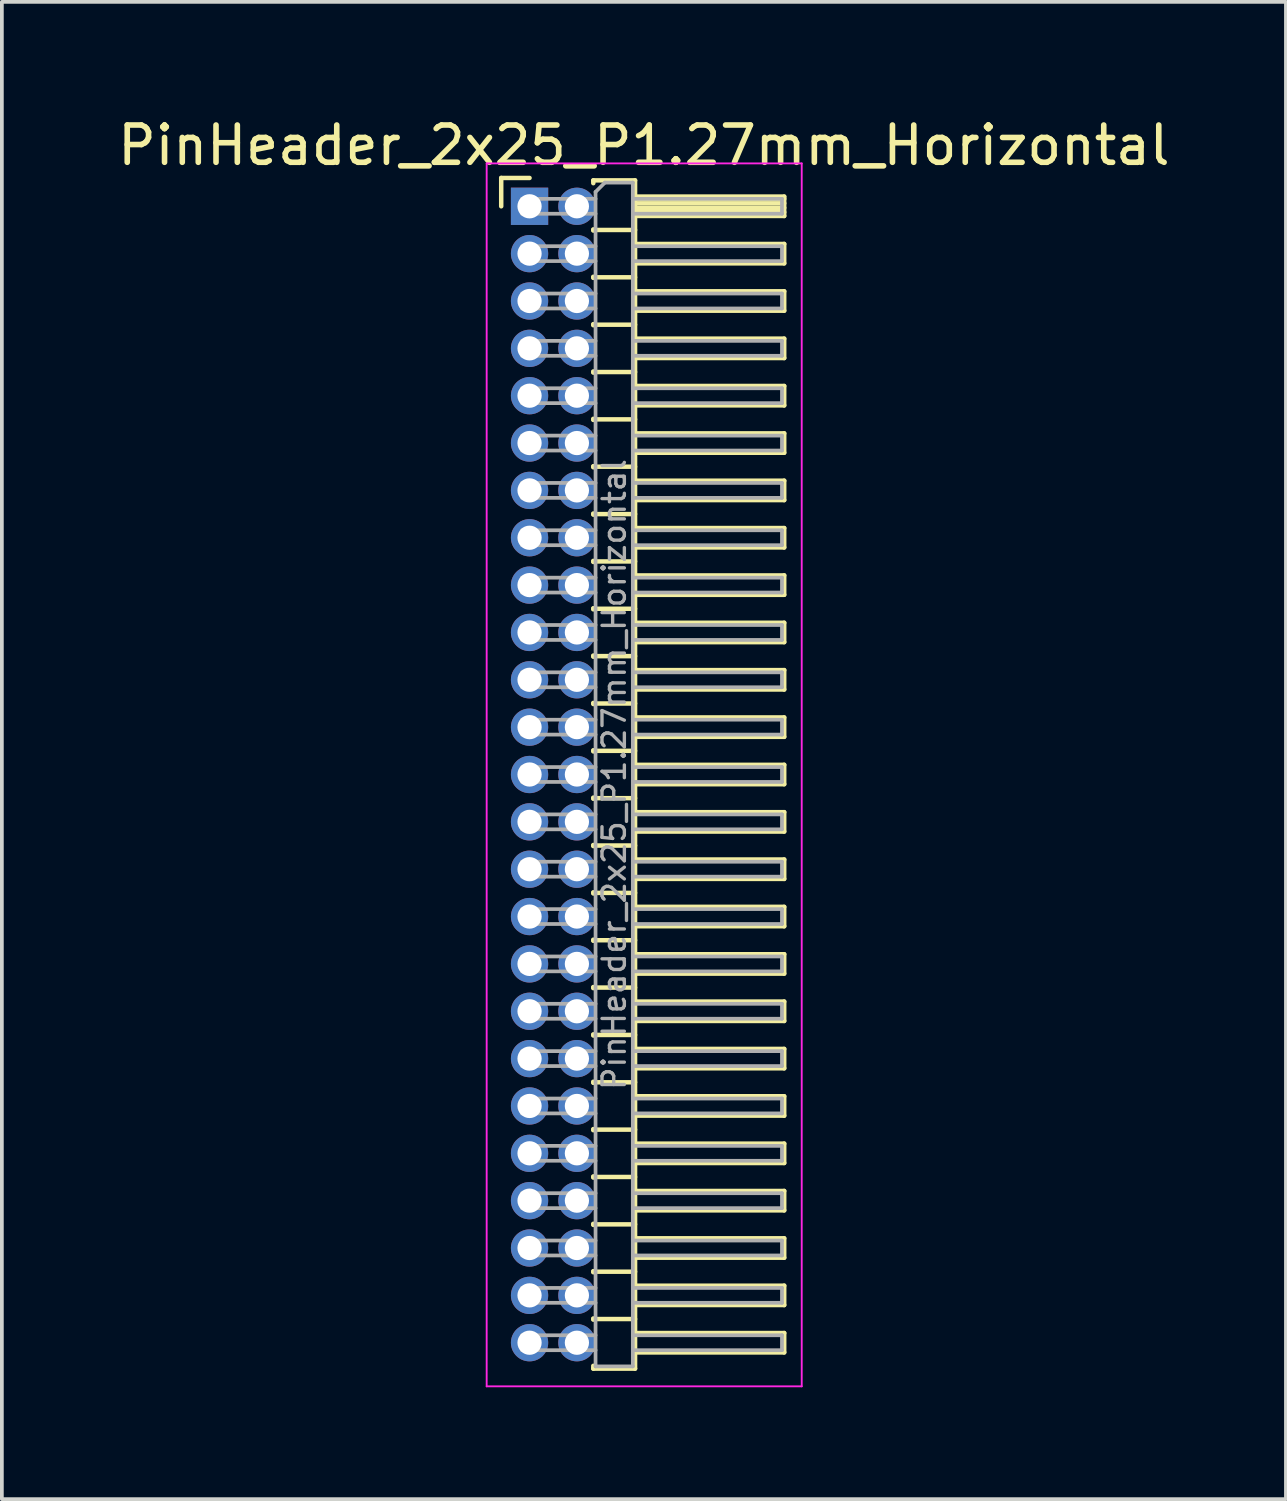
<source format=kicad_pcb>
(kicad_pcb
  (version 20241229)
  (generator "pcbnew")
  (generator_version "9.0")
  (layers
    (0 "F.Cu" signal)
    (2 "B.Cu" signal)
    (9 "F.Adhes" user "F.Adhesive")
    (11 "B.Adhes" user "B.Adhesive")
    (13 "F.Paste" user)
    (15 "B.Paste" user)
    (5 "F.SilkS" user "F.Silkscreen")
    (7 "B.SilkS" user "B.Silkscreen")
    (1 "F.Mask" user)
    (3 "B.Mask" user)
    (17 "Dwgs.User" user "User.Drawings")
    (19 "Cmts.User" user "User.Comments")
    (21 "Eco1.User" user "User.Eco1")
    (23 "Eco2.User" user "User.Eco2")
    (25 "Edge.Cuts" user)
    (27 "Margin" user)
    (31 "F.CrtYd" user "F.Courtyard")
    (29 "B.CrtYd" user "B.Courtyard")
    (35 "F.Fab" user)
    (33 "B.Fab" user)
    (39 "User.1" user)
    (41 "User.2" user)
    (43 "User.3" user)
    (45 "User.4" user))
  (footprint "PinHeader_2x25_P1.27mm_Horizontal"
    (layer "F.Cu")
    (at 11.153 2.483)
    (property "Reference" "PinHeader_2x25_P1.27mm_Horizontal" (at 3.067 -1.635 0) (layer "F.SilkS") (effects (font (size 1 1) (thickness 0.15))))
    (attr through_hole)
    (fp_line (start -0.76 -0.76) (end 0 -0.76) (stroke (width 0.12) (type solid)) (layer "F.SilkS"))
    (fp_line (start -0.76 0) (end -0.76 -0.76) (stroke (width 0.12) (type solid)) (layer "F.SilkS"))
    (fp_line (start 1.71 -0.695) (end 2.83 -0.695) (stroke (width 0.12) (type solid)) (layer "F.SilkS"))
    (fp_line (start 1.71 -0.62) (end 1.71 -0.695) (stroke (width 0.12) (type solid)) (layer "F.SilkS"))
    (fp_line (start 1.71 0.62) (end 1.71 0.65) (stroke (width 0.12) (type solid)) (layer "F.SilkS"))
    (fp_line (start 1.71 0.635) (end 2.83 0.635) (stroke (width 0.12) (type solid)) (layer "F.SilkS"))
    (fp_line (start 1.71 1.89) (end 1.71 1.92) (stroke (width 0.12) (type solid)) (layer "F.SilkS"))
    (fp_line (start 1.71 1.905) (end 2.83 1.905) (stroke (width 0.12) (type solid)) (layer "F.SilkS"))
    (fp_line (start 1.71 3.16) (end 1.71 3.19) (stroke (width 0.12) (type solid)) (layer "F.SilkS"))
    (fp_line (start 1.71 3.175) (end 2.83 3.175) (stroke (width 0.12) (type solid)) (layer "F.SilkS"))
    (fp_line (start 1.71 4.43) (end 1.71 4.46) (stroke (width 0.12) (type solid)) (layer "F.SilkS"))
    (fp_line (start 1.71 4.445) (end 2.83 4.445) (stroke (width 0.12) (type solid)) (layer "F.SilkS"))
    (fp_line (start 1.71 5.7) (end 1.71 5.73) (stroke (width 0.12) (type solid)) (layer "F.SilkS"))
    (fp_line (start 1.71 5.715) (end 2.83 5.715) (stroke (width 0.12) (type solid)) (layer "F.SilkS"))
    (fp_line (start 1.71 6.97) (end 1.71 7) (stroke (width 0.12) (type solid)) (layer "F.SilkS"))
    (fp_line (start 1.71 6.985) (end 2.83 6.985) (stroke (width 0.12) (type solid)) (layer "F.SilkS"))
    (fp_line (start 1.71 8.24) (end 1.71 8.27) (stroke (width 0.12) (type solid)) (layer "F.SilkS"))
    (fp_line (start 1.71 8.255) (end 2.83 8.255) (stroke (width 0.12) (type solid)) (layer "F.SilkS"))
    (fp_line (start 1.71 9.51) (end 1.71 9.54) (stroke (width 0.12) (type solid)) (layer "F.SilkS"))
    (fp_line (start 1.71 9.525) (end 2.83 9.525) (stroke (width 0.12) (type solid)) (layer "F.SilkS"))
    (fp_line (start 1.71 10.78) (end 1.71 10.81) (stroke (width 0.12) (type solid)) (layer "F.SilkS"))
    (fp_line (start 1.71 10.795) (end 2.83 10.795) (stroke (width 0.12) (type solid)) (layer "F.SilkS"))
    (fp_line (start 1.71 12.05) (end 1.71 12.08) (stroke (width 0.12) (type solid)) (layer "F.SilkS"))
    (fp_line (start 1.71 12.065) (end 2.83 12.065) (stroke (width 0.12) (type solid)) (layer "F.SilkS"))
    (fp_line (start 1.71 13.32) (end 1.71 13.35) (stroke (width 0.12) (type solid)) (layer "F.SilkS"))
    (fp_line (start 1.71 13.335) (end 2.83 13.335) (stroke (width 0.12) (type solid)) (layer "F.SilkS"))
    (fp_line (start 1.71 14.59) (end 1.71 14.62) (stroke (width 0.12) (type solid)) (layer "F.SilkS"))
    (fp_line (start 1.71 14.605) (end 2.83 14.605) (stroke (width 0.12) (type solid)) (layer "F.SilkS"))
    (fp_line (start 1.71 15.86) (end 1.71 15.89) (stroke (width 0.12) (type solid)) (layer "F.SilkS"))
    (fp_line (start 1.71 15.875) (end 2.83 15.875) (stroke (width 0.12) (type solid)) (layer "F.SilkS"))
    (fp_line (start 1.71 17.13) (end 1.71 17.16) (stroke (width 0.12) (type solid)) (layer "F.SilkS"))
    (fp_line (start 1.71 17.145) (end 2.83 17.145) (stroke (width 0.12) (type solid)) (layer "F.SilkS"))
    (fp_line (start 1.71 18.4) (end 1.71 18.43) (stroke (width 0.12) (type solid)) (layer "F.SilkS"))
    (fp_line (start 1.71 18.415) (end 2.83 18.415) (stroke (width 0.12) (type solid)) (layer "F.SilkS"))
    (fp_line (start 1.71 19.67) (end 1.71 19.7) (stroke (width 0.12) (type solid)) (layer "F.SilkS"))
    (fp_line (start 1.71 19.685) (end 2.83 19.685) (stroke (width 0.12) (type solid)) (layer "F.SilkS"))
    (fp_line (start 1.71 20.94) (end 1.71 20.97) (stroke (width 0.12) (type solid)) (layer "F.SilkS"))
    (fp_line (start 1.71 20.955) (end 2.83 20.955) (stroke (width 0.12) (type solid)) (layer "F.SilkS"))
    (fp_line (start 1.71 22.21) (end 1.71 22.24) (stroke (width 0.12) (type solid)) (layer "F.SilkS"))
    (fp_line (start 1.71 22.225) (end 2.83 22.225) (stroke (width 0.12) (type solid)) (layer "F.SilkS"))
    (fp_line (start 1.71 23.48) (end 1.71 23.51) (stroke (width 0.12) (type solid)) (layer "F.SilkS"))
    (fp_line (start 1.71 23.495) (end 2.83 23.495) (stroke (width 0.12) (type solid)) (layer "F.SilkS"))
    (fp_line (start 1.71 24.75) (end 1.71 24.78) (stroke (width 0.12) (type solid)) (layer "F.SilkS"))
    (fp_line (start 1.71 24.765) (end 2.83 24.765) (stroke (width 0.12) (type solid)) (layer "F.SilkS"))
    (fp_line (start 1.71 26.02) (end 1.71 26.05) (stroke (width 0.12) (type solid)) (layer "F.SilkS"))
    (fp_line (start 1.71 26.035) (end 2.83 26.035) (stroke (width 0.12) (type solid)) (layer "F.SilkS"))
    (fp_line (start 1.71 27.29) (end 1.71 27.32) (stroke (width 0.12) (type solid)) (layer "F.SilkS"))
    (fp_line (start 1.71 27.305) (end 2.83 27.305) (stroke (width 0.12) (type solid)) (layer "F.SilkS"))
    (fp_line (start 1.71 28.56) (end 1.71 28.59) (stroke (width 0.12) (type solid)) (layer "F.SilkS"))
    (fp_line (start 1.71 28.575) (end 2.83 28.575) (stroke (width 0.12) (type solid)) (layer "F.SilkS"))
    (fp_line (start 1.71 29.83) (end 1.71 29.86) (stroke (width 0.12) (type solid)) (layer "F.SilkS"))
    (fp_line (start 1.71 29.845) (end 2.83 29.845) (stroke (width 0.12) (type solid)) (layer "F.SilkS"))
    (fp_line (start 1.71 31.175) (end 1.71 31.1) (stroke (width 0.12) (type solid)) (layer "F.SilkS"))
    (fp_line (start 2.83 -0.695) (end 2.83 31.175) (stroke (width 0.12) (type solid)) (layer "F.SilkS"))
    (fp_line (start 2.83 -0.26) (end 6.83 -0.26) (stroke (width 0.12) (type solid)) (layer "F.SilkS"))
    (fp_line (start 2.83 -0.2) (end 6.83 -0.2) (stroke (width 0.12) (type solid)) (layer "F.SilkS"))
    (fp_line (start 2.83 -0.08) (end 6.83 -0.08) (stroke (width 0.12) (type solid)) (layer "F.SilkS"))
    (fp_line (start 2.83 0.04) (end 6.83 0.04) (stroke (width 0.12) (type solid)) (layer "F.SilkS"))
    (fp_line (start 2.83 0.16) (end 6.83 0.16) (stroke (width 0.12) (type solid)) (layer "F.SilkS"))
    (fp_line (start 2.83 1.01) (end 6.83 1.01) (stroke (width 0.12) (type solid)) (layer "F.SilkS"))
    (fp_line (start 2.83 2.28) (end 6.83 2.28) (stroke (width 0.12) (type solid)) (layer "F.SilkS"))
    (fp_line (start 2.83 3.55) (end 6.83 3.55) (stroke (width 0.12) (type solid)) (layer "F.SilkS"))
    (fp_line (start 2.83 4.82) (end 6.83 4.82) (stroke (width 0.12) (type solid)) (layer "F.SilkS"))
    (fp_line (start 2.83 6.09) (end 6.83 6.09) (stroke (width 0.12) (type solid)) (layer "F.SilkS"))
    (fp_line (start 2.83 7.36) (end 6.83 7.36) (stroke (width 0.12) (type solid)) (layer "F.SilkS"))
    (fp_line (start 2.83 8.63) (end 6.83 8.63) (stroke (width 0.12) (type solid)) (layer "F.SilkS"))
    (fp_line (start 2.83 9.9) (end 6.83 9.9) (stroke (width 0.12) (type solid)) (layer "F.SilkS"))
    (fp_line (start 2.83 11.17) (end 6.83 11.17) (stroke (width 0.12) (type solid)) (layer "F.SilkS"))
    (fp_line (start 2.83 12.44) (end 6.83 12.44) (stroke (width 0.12) (type solid)) (layer "F.SilkS"))
    (fp_line (start 2.83 13.71) (end 6.83 13.71) (stroke (width 0.12) (type solid)) (layer "F.SilkS"))
    (fp_line (start 2.83 14.98) (end 6.83 14.98) (stroke (width 0.12) (type solid)) (layer "F.SilkS"))
    (fp_line (start 2.83 16.25) (end 6.83 16.25) (stroke (width 0.12) (type solid)) (layer "F.SilkS"))
    (fp_line (start 2.83 17.52) (end 6.83 17.52) (stroke (width 0.12) (type solid)) (layer "F.SilkS"))
    (fp_line (start 2.83 18.79) (end 6.83 18.79) (stroke (width 0.12) (type solid)) (layer "F.SilkS"))
    (fp_line (start 2.83 20.06) (end 6.83 20.06) (stroke (width 0.12) (type solid)) (layer "F.SilkS"))
    (fp_line (start 2.83 21.33) (end 6.83 21.33) (stroke (width 0.12) (type solid)) (layer "F.SilkS"))
    (fp_line (start 2.83 22.6) (end 6.83 22.6) (stroke (width 0.12) (type solid)) (layer "F.SilkS"))
    (fp_line (start 2.83 23.87) (end 6.83 23.87) (stroke (width 0.12) (type solid)) (layer "F.SilkS"))
    (fp_line (start 2.83 25.14) (end 6.83 25.14) (stroke (width 0.12) (type solid)) (layer "F.SilkS"))
    (fp_line (start 2.83 26.41) (end 6.83 26.41) (stroke (width 0.12) (type solid)) (layer "F.SilkS"))
    (fp_line (start 2.83 27.68) (end 6.83 27.68) (stroke (width 0.12) (type solid)) (layer "F.SilkS"))
    (fp_line (start 2.83 28.95) (end 6.83 28.95) (stroke (width 0.12) (type solid)) (layer "F.SilkS"))
    (fp_line (start 2.83 30.22) (end 6.83 30.22) (stroke (width 0.12) (type solid)) (layer "F.SilkS"))
    (fp_line (start 2.83 31.175) (end 1.71 31.175) (stroke (width 0.12) (type solid)) (layer "F.SilkS"))
    (fp_line (start 6.83 -0.26) (end 6.83 0.26) (stroke (width 0.12) (type solid)) (layer "F.SilkS"))
    (fp_line (start 6.83 0.26) (end 2.83 0.26) (stroke (width 0.12) (type solid)) (layer "F.SilkS"))
    (fp_line (start 6.83 1.01) (end 6.83 1.53) (stroke (width 0.12) (type solid)) (layer "F.SilkS"))
    (fp_line (start 6.83 1.53) (end 2.83 1.53) (stroke (width 0.12) (type solid)) (layer "F.SilkS"))
    (fp_line (start 6.83 2.28) (end 6.83 2.8) (stroke (width 0.12) (type solid)) (layer "F.SilkS"))
    (fp_line (start 6.83 2.8) (end 2.83 2.8) (stroke (width 0.12) (type solid)) (layer "F.SilkS"))
    (fp_line (start 6.83 3.55) (end 6.83 4.07) (stroke (width 0.12) (type solid)) (layer "F.SilkS"))
    (fp_line (start 6.83 4.07) (end 2.83 4.07) (stroke (width 0.12) (type solid)) (layer "F.SilkS"))
    (fp_line (start 6.83 4.82) (end 6.83 5.34) (stroke (width 0.12) (type solid)) (layer "F.SilkS"))
    (fp_line (start 6.83 5.34) (end 2.83 5.34) (stroke (width 0.12) (type solid)) (layer "F.SilkS"))
    (fp_line (start 6.83 6.09) (end 6.83 6.61) (stroke (width 0.12) (type solid)) (layer "F.SilkS"))
    (fp_line (start 6.83 6.61) (end 2.83 6.61) (stroke (width 0.12) (type solid)) (layer "F.SilkS"))
    (fp_line (start 6.83 7.36) (end 6.83 7.88) (stroke (width 0.12) (type solid)) (layer "F.SilkS"))
    (fp_line (start 6.83 7.88) (end 2.83 7.88) (stroke (width 0.12) (type solid)) (layer "F.SilkS"))
    (fp_line (start 6.83 8.63) (end 6.83 9.15) (stroke (width 0.12) (type solid)) (layer "F.SilkS"))
    (fp_line (start 6.83 9.15) (end 2.83 9.15) (stroke (width 0.12) (type solid)) (layer "F.SilkS"))
    (fp_line (start 6.83 9.9) (end 6.83 10.42) (stroke (width 0.12) (type solid)) (layer "F.SilkS"))
    (fp_line (start 6.83 10.42) (end 2.83 10.42) (stroke (width 0.12) (type solid)) (layer "F.SilkS"))
    (fp_line (start 6.83 11.17) (end 6.83 11.69) (stroke (width 0.12) (type solid)) (layer "F.SilkS"))
    (fp_line (start 6.83 11.69) (end 2.83 11.69) (stroke (width 0.12) (type solid)) (layer "F.SilkS"))
    (fp_line (start 6.83 12.44) (end 6.83 12.96) (stroke (width 0.12) (type solid)) (layer "F.SilkS"))
    (fp_line (start 6.83 12.96) (end 2.83 12.96) (stroke (width 0.12) (type solid)) (layer "F.SilkS"))
    (fp_line (start 6.83 13.71) (end 6.83 14.23) (stroke (width 0.12) (type solid)) (layer "F.SilkS"))
    (fp_line (start 6.83 14.23) (end 2.83 14.23) (stroke (width 0.12) (type solid)) (layer "F.SilkS"))
    (fp_line (start 6.83 14.98) (end 6.83 15.5) (stroke (width 0.12) (type solid)) (layer "F.SilkS"))
    (fp_line (start 6.83 15.5) (end 2.83 15.5) (stroke (width 0.12) (type solid)) (layer "F.SilkS"))
    (fp_line (start 6.83 16.25) (end 6.83 16.77) (stroke (width 0.12) (type solid)) (layer "F.SilkS"))
    (fp_line (start 6.83 16.77) (end 2.83 16.77) (stroke (width 0.12) (type solid)) (layer "F.SilkS"))
    (fp_line (start 6.83 17.52) (end 6.83 18.04) (stroke (width 0.12) (type solid)) (layer "F.SilkS"))
    (fp_line (start 6.83 18.04) (end 2.83 18.04) (stroke (width 0.12) (type solid)) (layer "F.SilkS"))
    (fp_line (start 6.83 18.79) (end 6.83 19.31) (stroke (width 0.12) (type solid)) (layer "F.SilkS"))
    (fp_line (start 6.83 19.31) (end 2.83 19.31) (stroke (width 0.12) (type solid)) (layer "F.SilkS"))
    (fp_line (start 6.83 20.06) (end 6.83 20.58) (stroke (width 0.12) (type solid)) (layer "F.SilkS"))
    (fp_line (start 6.83 20.58) (end 2.83 20.58) (stroke (width 0.12) (type solid)) (layer "F.SilkS"))
    (fp_line (start 6.83 21.33) (end 6.83 21.85) (stroke (width 0.12) (type solid)) (layer "F.SilkS"))
    (fp_line (start 6.83 21.85) (end 2.83 21.85) (stroke (width 0.12) (type solid)) (layer "F.SilkS"))
    (fp_line (start 6.83 22.6) (end 6.83 23.12) (stroke (width 0.12) (type solid)) (layer "F.SilkS"))
    (fp_line (start 6.83 23.12) (end 2.83 23.12) (stroke (width 0.12) (type solid)) (layer "F.SilkS"))
    (fp_line (start 6.83 23.87) (end 6.83 24.39) (stroke (width 0.12) (type solid)) (layer "F.SilkS"))
    (fp_line (start 6.83 24.39) (end 2.83 24.39) (stroke (width 0.12) (type solid)) (layer "F.SilkS"))
    (fp_line (start 6.83 25.14) (end 6.83 25.66) (stroke (width 0.12) (type solid)) (layer "F.SilkS"))
    (fp_line (start 6.83 25.66) (end 2.83 25.66) (stroke (width 0.12) (type solid)) (layer "F.SilkS"))
    (fp_line (start 6.83 26.41) (end 6.83 26.93) (stroke (width 0.12) (type solid)) (layer "F.SilkS"))
    (fp_line (start 6.83 26.93) (end 2.83 26.93) (stroke (width 0.12) (type solid)) (layer "F.SilkS"))
    (fp_line (start 6.83 27.68) (end 6.83 28.2) (stroke (width 0.12) (type solid)) (layer "F.SilkS"))
    (fp_line (start 6.83 28.2) (end 2.83 28.2) (stroke (width 0.12) (type solid)) (layer "F.SilkS"))
    (fp_line (start 6.83 28.95) (end 6.83 29.47) (stroke (width 0.12) (type solid)) (layer "F.SilkS"))
    (fp_line (start 6.83 29.47) (end 2.83 29.47) (stroke (width 0.12) (type solid)) (layer "F.SilkS"))
    (fp_line (start 6.83 30.22) (end 6.83 30.74) (stroke (width 0.12) (type solid)) (layer "F.SilkS"))
    (fp_line (start 6.83 30.74) (end 2.83 30.74) (stroke (width 0.12) (type solid)) (layer "F.SilkS"))
    (fp_line (start -1.15 -1.15) (end -1.15 31.65) (stroke (width 0.05) (type solid)) (layer "F.CrtYd"))
    (fp_line (start -1.15 31.65) (end 7.3 31.65) (stroke (width 0.05) (type solid)) (layer "F.CrtYd"))
    (fp_line (start 7.3 -1.15) (end -1.15 -1.15) (stroke (width 0.05) (type solid)) (layer "F.CrtYd"))
    (fp_line (start 7.3 31.65) (end 7.3 -1.15) (stroke (width 0.05) (type solid)) (layer "F.CrtYd"))
    (fp_line (start -0.2 -0.2) (end -0.2 0.2) (stroke (width 0.1) (type solid)) (layer "F.Fab"))
    (fp_line (start -0.2 -0.2) (end 1.77 -0.2) (stroke (width 0.1) (type solid)) (layer "F.Fab"))
    (fp_line (start -0.2 0.2) (end 1.77 0.2) (stroke (width 0.1) (type solid)) (layer "F.Fab"))
    (fp_line (start -0.2 1.07) (end -0.2 1.47) (stroke (width 0.1) (type solid)) (layer "F.Fab"))
    (fp_line (start -0.2 1.07) (end 1.77 1.07) (stroke (width 0.1) (type solid)) (layer "F.Fab"))
    (fp_line (start -0.2 1.47) (end 1.77 1.47) (stroke (width 0.1) (type solid)) (layer "F.Fab"))
    (fp_line (start -0.2 2.34) (end -0.2 2.74) (stroke (width 0.1) (type solid)) (layer "F.Fab"))
    (fp_line (start -0.2 2.34) (end 1.77 2.34) (stroke (width 0.1) (type solid)) (layer "F.Fab"))
    (fp_line (start -0.2 2.74) (end 1.77 2.74) (stroke (width 0.1) (type solid)) (layer "F.Fab"))
    (fp_line (start -0.2 3.61) (end -0.2 4.01) (stroke (width 0.1) (type solid)) (layer "F.Fab"))
    (fp_line (start -0.2 3.61) (end 1.77 3.61) (stroke (width 0.1) (type solid)) (layer "F.Fab"))
    (fp_line (start -0.2 4.01) (end 1.77 4.01) (stroke (width 0.1) (type solid)) (layer "F.Fab"))
    (fp_line (start -0.2 4.88) (end -0.2 5.28) (stroke (width 0.1) (type solid)) (layer "F.Fab"))
    (fp_line (start -0.2 4.88) (end 1.77 4.88) (stroke (width 0.1) (type solid)) (layer "F.Fab"))
    (fp_line (start -0.2 5.28) (end 1.77 5.28) (stroke (width 0.1) (type solid)) (layer "F.Fab"))
    (fp_line (start -0.2 6.15) (end -0.2 6.55) (stroke (width 0.1) (type solid)) (layer "F.Fab"))
    (fp_line (start -0.2 6.15) (end 1.77 6.15) (stroke (width 0.1) (type solid)) (layer "F.Fab"))
    (fp_line (start -0.2 6.55) (end 1.77 6.55) (stroke (width 0.1) (type solid)) (layer "F.Fab"))
    (fp_line (start -0.2 7.42) (end -0.2 7.82) (stroke (width 0.1) (type solid)) (layer "F.Fab"))
    (fp_line (start -0.2 7.42) (end 1.77 7.42) (stroke (width 0.1) (type solid)) (layer "F.Fab"))
    (fp_line (start -0.2 7.82) (end 1.77 7.82) (stroke (width 0.1) (type solid)) (layer "F.Fab"))
    (fp_line (start -0.2 8.69) (end -0.2 9.09) (stroke (width 0.1) (type solid)) (layer "F.Fab"))
    (fp_line (start -0.2 8.69) (end 1.77 8.69) (stroke (width 0.1) (type solid)) (layer "F.Fab"))
    (fp_line (start -0.2 9.09) (end 1.77 9.09) (stroke (width 0.1) (type solid)) (layer "F.Fab"))
    (fp_line (start -0.2 9.96) (end -0.2 10.36) (stroke (width 0.1) (type solid)) (layer "F.Fab"))
    (fp_line (start -0.2 9.96) (end 1.77 9.96) (stroke (width 0.1) (type solid)) (layer "F.Fab"))
    (fp_line (start -0.2 10.36) (end 1.77 10.36) (stroke (width 0.1) (type solid)) (layer "F.Fab"))
    (fp_line (start -0.2 11.23) (end -0.2 11.63) (stroke (width 0.1) (type solid)) (layer "F.Fab"))
    (fp_line (start -0.2 11.23) (end 1.77 11.23) (stroke (width 0.1) (type solid)) (layer "F.Fab"))
    (fp_line (start -0.2 11.63) (end 1.77 11.63) (stroke (width 0.1) (type solid)) (layer "F.Fab"))
    (fp_line (start -0.2 12.5) (end -0.2 12.9) (stroke (width 0.1) (type solid)) (layer "F.Fab"))
    (fp_line (start -0.2 12.5) (end 1.77 12.5) (stroke (width 0.1) (type solid)) (layer "F.Fab"))
    (fp_line (start -0.2 12.9) (end 1.77 12.9) (stroke (width 0.1) (type solid)) (layer "F.Fab"))
    (fp_line (start -0.2 13.77) (end -0.2 14.17) (stroke (width 0.1) (type solid)) (layer "F.Fab"))
    (fp_line (start -0.2 13.77) (end 1.77 13.77) (stroke (width 0.1) (type solid)) (layer "F.Fab"))
    (fp_line (start -0.2 14.17) (end 1.77 14.17) (stroke (width 0.1) (type solid)) (layer "F.Fab"))
    (fp_line (start -0.2 15.04) (end -0.2 15.44) (stroke (width 0.1) (type solid)) (layer "F.Fab"))
    (fp_line (start -0.2 15.04) (end 1.77 15.04) (stroke (width 0.1) (type solid)) (layer "F.Fab"))
    (fp_line (start -0.2 15.44) (end 1.77 15.44) (stroke (width 0.1) (type solid)) (layer "F.Fab"))
    (fp_line (start -0.2 16.31) (end -0.2 16.71) (stroke (width 0.1) (type solid)) (layer "F.Fab"))
    (fp_line (start -0.2 16.31) (end 1.77 16.31) (stroke (width 0.1) (type solid)) (layer "F.Fab"))
    (fp_line (start -0.2 16.71) (end 1.77 16.71) (stroke (width 0.1) (type solid)) (layer "F.Fab"))
    (fp_line (start -0.2 17.58) (end -0.2 17.98) (stroke (width 0.1) (type solid)) (layer "F.Fab"))
    (fp_line (start -0.2 17.58) (end 1.77 17.58) (stroke (width 0.1) (type solid)) (layer "F.Fab"))
    (fp_line (start -0.2 17.98) (end 1.77 17.98) (stroke (width 0.1) (type solid)) (layer "F.Fab"))
    (fp_line (start -0.2 18.85) (end -0.2 19.25) (stroke (width 0.1) (type solid)) (layer "F.Fab"))
    (fp_line (start -0.2 18.85) (end 1.77 18.85) (stroke (width 0.1) (type solid)) (layer "F.Fab"))
    (fp_line (start -0.2 19.25) (end 1.77 19.25) (stroke (width 0.1) (type solid)) (layer "F.Fab"))
    (fp_line (start -0.2 20.12) (end -0.2 20.52) (stroke (width 0.1) (type solid)) (layer "F.Fab"))
    (fp_line (start -0.2 20.12) (end 1.77 20.12) (stroke (width 0.1) (type solid)) (layer "F.Fab"))
    (fp_line (start -0.2 20.52) (end 1.77 20.52) (stroke (width 0.1) (type solid)) (layer "F.Fab"))
    (fp_line (start -0.2 21.39) (end -0.2 21.79) (stroke (width 0.1) (type solid)) (layer "F.Fab"))
    (fp_line (start -0.2 21.39) (end 1.77 21.39) (stroke (width 0.1) (type solid)) (layer "F.Fab"))
    (fp_line (start -0.2 21.79) (end 1.77 21.79) (stroke (width 0.1) (type solid)) (layer "F.Fab"))
    (fp_line (start -0.2 22.66) (end -0.2 23.06) (stroke (width 0.1) (type solid)) (layer "F.Fab"))
    (fp_line (start -0.2 22.66) (end 1.77 22.66) (stroke (width 0.1) (type solid)) (layer "F.Fab"))
    (fp_line (start -0.2 23.06) (end 1.77 23.06) (stroke (width 0.1) (type solid)) (layer "F.Fab"))
    (fp_line (start -0.2 23.93) (end -0.2 24.33) (stroke (width 0.1) (type solid)) (layer "F.Fab"))
    (fp_line (start -0.2 23.93) (end 1.77 23.93) (stroke (width 0.1) (type solid)) (layer "F.Fab"))
    (fp_line (start -0.2 24.33) (end 1.77 24.33) (stroke (width 0.1) (type solid)) (layer "F.Fab"))
    (fp_line (start -0.2 25.2) (end -0.2 25.6) (stroke (width 0.1) (type solid)) (layer "F.Fab"))
    (fp_line (start -0.2 25.2) (end 1.77 25.2) (stroke (width 0.1) (type solid)) (layer "F.Fab"))
    (fp_line (start -0.2 25.6) (end 1.77 25.6) (stroke (width 0.1) (type solid)) (layer "F.Fab"))
    (fp_line (start -0.2 26.47) (end -0.2 26.87) (stroke (width 0.1) (type solid)) (layer "F.Fab"))
    (fp_line (start -0.2 26.47) (end 1.77 26.47) (stroke (width 0.1) (type solid)) (layer "F.Fab"))
    (fp_line (start -0.2 26.87) (end 1.77 26.87) (stroke (width 0.1) (type solid)) (layer "F.Fab"))
    (fp_line (start -0.2 27.74) (end -0.2 28.14) (stroke (width 0.1) (type solid)) (layer "F.Fab"))
    (fp_line (start -0.2 27.74) (end 1.77 27.74) (stroke (width 0.1) (type solid)) (layer "F.Fab"))
    (fp_line (start -0.2 28.14) (end 1.77 28.14) (stroke (width 0.1) (type solid)) (layer "F.Fab"))
    (fp_line (start -0.2 29.01) (end -0.2 29.41) (stroke (width 0.1) (type solid)) (layer "F.Fab"))
    (fp_line (start -0.2 29.01) (end 1.77 29.01) (stroke (width 0.1) (type solid)) (layer "F.Fab"))
    (fp_line (start -0.2 29.41) (end 1.77 29.41) (stroke (width 0.1) (type solid)) (layer "F.Fab"))
    (fp_line (start -0.2 30.28) (end -0.2 30.68) (stroke (width 0.1) (type solid)) (layer "F.Fab"))
    (fp_line (start -0.2 30.28) (end 1.77 30.28) (stroke (width 0.1) (type solid)) (layer "F.Fab"))
    (fp_line (start -0.2 30.68) (end 1.77 30.68) (stroke (width 0.1) (type solid)) (layer "F.Fab"))
    (fp_line (start 1.77 -0.385) (end 2.02 -0.635) (stroke (width 0.1) (type solid)) (layer "F.Fab"))
    (fp_line (start 1.77 31.115) (end 1.77 -0.385) (stroke (width 0.1) (type solid)) (layer "F.Fab"))
    (fp_line (start 2.02 -0.635) (end 2.77 -0.635) (stroke (width 0.1) (type solid)) (layer "F.Fab"))
    (fp_line (start 2.77 -0.635) (end 2.77 31.115) (stroke (width 0.1) (type solid)) (layer "F.Fab"))
    (fp_line (start 2.77 -0.2) (end 6.77 -0.2) (stroke (width 0.1) (type solid)) (layer "F.Fab"))
    (fp_line (start 2.77 0.2) (end 6.77 0.2) (stroke (width 0.1) (type solid)) (layer "F.Fab"))
    (fp_line (start 2.77 1.07) (end 6.77 1.07) (stroke (width 0.1) (type solid)) (layer "F.Fab"))
    (fp_line (start 2.77 1.47) (end 6.77 1.47) (stroke (width 0.1) (type solid)) (layer "F.Fab"))
    (fp_line (start 2.77 2.34) (end 6.77 2.34) (stroke (width 0.1) (type solid)) (layer "F.Fab"))
    (fp_line (start 2.77 2.74) (end 6.77 2.74) (stroke (width 0.1) (type solid)) (layer "F.Fab"))
    (fp_line (start 2.77 3.61) (end 6.77 3.61) (stroke (width 0.1) (type solid)) (layer "F.Fab"))
    (fp_line (start 2.77 4.01) (end 6.77 4.01) (stroke (width 0.1) (type solid)) (layer "F.Fab"))
    (fp_line (start 2.77 4.88) (end 6.77 4.88) (stroke (width 0.1) (type solid)) (layer "F.Fab"))
    (fp_line (start 2.77 5.28) (end 6.77 5.28) (stroke (width 0.1) (type solid)) (layer "F.Fab"))
    (fp_line (start 2.77 6.15) (end 6.77 6.15) (stroke (width 0.1) (type solid)) (layer "F.Fab"))
    (fp_line (start 2.77 6.55) (end 6.77 6.55) (stroke (width 0.1) (type solid)) (layer "F.Fab"))
    (fp_line (start 2.77 7.42) (end 6.77 7.42) (stroke (width 0.1) (type solid)) (layer "F.Fab"))
    (fp_line (start 2.77 7.82) (end 6.77 7.82) (stroke (width 0.1) (type solid)) (layer "F.Fab"))
    (fp_line (start 2.77 8.69) (end 6.77 8.69) (stroke (width 0.1) (type solid)) (layer "F.Fab"))
    (fp_line (start 2.77 9.09) (end 6.77 9.09) (stroke (width 0.1) (type solid)) (layer "F.Fab"))
    (fp_line (start 2.77 9.96) (end 6.77 9.96) (stroke (width 0.1) (type solid)) (layer "F.Fab"))
    (fp_line (start 2.77 10.36) (end 6.77 10.36) (stroke (width 0.1) (type solid)) (layer "F.Fab"))
    (fp_line (start 2.77 11.23) (end 6.77 11.23) (stroke (width 0.1) (type solid)) (layer "F.Fab"))
    (fp_line (start 2.77 11.63) (end 6.77 11.63) (stroke (width 0.1) (type solid)) (layer "F.Fab"))
    (fp_line (start 2.77 12.5) (end 6.77 12.5) (stroke (width 0.1) (type solid)) (layer "F.Fab"))
    (fp_line (start 2.77 12.9) (end 6.77 12.9) (stroke (width 0.1) (type solid)) (layer "F.Fab"))
    (fp_line (start 2.77 13.77) (end 6.77 13.77) (stroke (width 0.1) (type solid)) (layer "F.Fab"))
    (fp_line (start 2.77 14.17) (end 6.77 14.17) (stroke (width 0.1) (type solid)) (layer "F.Fab"))
    (fp_line (start 2.77 15.04) (end 6.77 15.04) (stroke (width 0.1) (type solid)) (layer "F.Fab"))
    (fp_line (start 2.77 15.44) (end 6.77 15.44) (stroke (width 0.1) (type solid)) (layer "F.Fab"))
    (fp_line (start 2.77 16.31) (end 6.77 16.31) (stroke (width 0.1) (type solid)) (layer "F.Fab"))
    (fp_line (start 2.77 16.71) (end 6.77 16.71) (stroke (width 0.1) (type solid)) (layer "F.Fab"))
    (fp_line (start 2.77 17.58) (end 6.77 17.58) (stroke (width 0.1) (type solid)) (layer "F.Fab"))
    (fp_line (start 2.77 17.98) (end 6.77 17.98) (stroke (width 0.1) (type solid)) (layer "F.Fab"))
    (fp_line (start 2.77 18.85) (end 6.77 18.85) (stroke (width 0.1) (type solid)) (layer "F.Fab"))
    (fp_line (start 2.77 19.25) (end 6.77 19.25) (stroke (width 0.1) (type solid)) (layer "F.Fab"))
    (fp_line (start 2.77 20.12) (end 6.77 20.12) (stroke (width 0.1) (type solid)) (layer "F.Fab"))
    (fp_line (start 2.77 20.52) (end 6.77 20.52) (stroke (width 0.1) (type solid)) (layer "F.Fab"))
    (fp_line (start 2.77 21.39) (end 6.77 21.39) (stroke (width 0.1) (type solid)) (layer "F.Fab"))
    (fp_line (start 2.77 21.79) (end 6.77 21.79) (stroke (width 0.1) (type solid)) (layer "F.Fab"))
    (fp_line (start 2.77 22.66) (end 6.77 22.66) (stroke (width 0.1) (type solid)) (layer "F.Fab"))
    (fp_line (start 2.77 23.06) (end 6.77 23.06) (stroke (width 0.1) (type solid)) (layer "F.Fab"))
    (fp_line (start 2.77 23.93) (end 6.77 23.93) (stroke (width 0.1) (type solid)) (layer "F.Fab"))
    (fp_line (start 2.77 24.33) (end 6.77 24.33) (stroke (width 0.1) (type solid)) (layer "F.Fab"))
    (fp_line (start 2.77 25.2) (end 6.77 25.2) (stroke (width 0.1) (type solid)) (layer "F.Fab"))
    (fp_line (start 2.77 25.6) (end 6.77 25.6) (stroke (width 0.1) (type solid)) (layer "F.Fab"))
    (fp_line (start 2.77 26.47) (end 6.77 26.47) (stroke (width 0.1) (type solid)) (layer "F.Fab"))
    (fp_line (start 2.77 26.87) (end 6.77 26.87) (stroke (width 0.1) (type solid)) (layer "F.Fab"))
    (fp_line (start 2.77 27.74) (end 6.77 27.74) (stroke (width 0.1) (type solid)) (layer "F.Fab"))
    (fp_line (start 2.77 28.14) (end 6.77 28.14) (stroke (width 0.1) (type solid)) (layer "F.Fab"))
    (fp_line (start 2.77 29.01) (end 6.77 29.01) (stroke (width 0.1) (type solid)) (layer "F.Fab"))
    (fp_line (start 2.77 29.41) (end 6.77 29.41) (stroke (width 0.1) (type solid)) (layer "F.Fab"))
    (fp_line (start 2.77 30.28) (end 6.77 30.28) (stroke (width 0.1) (type solid)) (layer "F.Fab"))
    (fp_line (start 2.77 30.68) (end 6.77 30.68) (stroke (width 0.1) (type solid)) (layer "F.Fab"))
    (fp_line (start 2.77 31.115) (end 1.77 31.115) (stroke (width 0.1) (type solid)) (layer "F.Fab"))
    (fp_line (start 6.77 -0.2) (end 6.77 0.2) (stroke (width 0.1) (type solid)) (layer "F.Fab"))
    (fp_line (start 6.77 1.07) (end 6.77 1.47) (stroke (width 0.1) (type solid)) (layer "F.Fab"))
    (fp_line (start 6.77 2.34) (end 6.77 2.74) (stroke (width 0.1) (type solid)) (layer "F.Fab"))
    (fp_line (start 6.77 3.61) (end 6.77 4.01) (stroke (width 0.1) (type solid)) (layer "F.Fab"))
    (fp_line (start 6.77 4.88) (end 6.77 5.28) (stroke (width 0.1) (type solid)) (layer "F.Fab"))
    (fp_line (start 6.77 6.15) (end 6.77 6.55) (stroke (width 0.1) (type solid)) (layer "F.Fab"))
    (fp_line (start 6.77 7.42) (end 6.77 7.82) (stroke (width 0.1) (type solid)) (layer "F.Fab"))
    (fp_line (start 6.77 8.69) (end 6.77 9.09) (stroke (width 0.1) (type solid)) (layer "F.Fab"))
    (fp_line (start 6.77 9.96) (end 6.77 10.36) (stroke (width 0.1) (type solid)) (layer "F.Fab"))
    (fp_line (start 6.77 11.23) (end 6.77 11.63) (stroke (width 0.1) (type solid)) (layer "F.Fab"))
    (fp_line (start 6.77 12.5) (end 6.77 12.9) (stroke (width 0.1) (type solid)) (layer "F.Fab"))
    (fp_line (start 6.77 13.77) (end 6.77 14.17) (stroke (width 0.1) (type solid)) (layer "F.Fab"))
    (fp_line (start 6.77 15.04) (end 6.77 15.44) (stroke (width 0.1) (type solid)) (layer "F.Fab"))
    (fp_line (start 6.77 16.31) (end 6.77 16.71) (stroke (width 0.1) (type solid)) (layer "F.Fab"))
    (fp_line (start 6.77 17.58) (end 6.77 17.98) (stroke (width 0.1) (type solid)) (layer "F.Fab"))
    (fp_line (start 6.77 18.85) (end 6.77 19.25) (stroke (width 0.1) (type solid)) (layer "F.Fab"))
    (fp_line (start 6.77 20.12) (end 6.77 20.52) (stroke (width 0.1) (type solid)) (layer "F.Fab"))
    (fp_line (start 6.77 21.39) (end 6.77 21.79) (stroke (width 0.1) (type solid)) (layer "F.Fab"))
    (fp_line (start 6.77 22.66) (end 6.77 23.06) (stroke (width 0.1) (type solid)) (layer "F.Fab"))
    (fp_line (start 6.77 23.93) (end 6.77 24.33) (stroke (width 0.1) (type solid)) (layer "F.Fab"))
    (fp_line (start 6.77 25.2) (end 6.77 25.6) (stroke (width 0.1) (type solid)) (layer "F.Fab"))
    (fp_line (start 6.77 26.47) (end 6.77 26.87) (stroke (width 0.1) (type solid)) (layer "F.Fab"))
    (fp_line (start 6.77 27.74) (end 6.77 28.14) (stroke (width 0.1) (type solid)) (layer "F.Fab"))
    (fp_line (start 6.77 29.01) (end 6.77 29.41) (stroke (width 0.1) (type solid)) (layer "F.Fab"))
    (fp_line (start 6.77 30.28) (end 6.77 30.68) (stroke (width 0.1) (type solid)) (layer "F.Fab"))
    (fp_text user "${REFERENCE}" (at 2.27 15.24 90) (layer "F.Fab") (effects (font (size 0.6 0.6) (thickness 0.09))))
    (pad "1" thru_hole rect (at 0 0) (size 1 1) (drill 0.65) (layers "*.Cu" "*.Mask"))
    (pad "2" thru_hole oval (at 1.27 0) (size 1 1) (drill 0.65) (layers "*.Cu" "*.Mask"))
    (pad "3" thru_hole oval (at 0 1.27) (size 1 1) (drill 0.65) (layers "*.Cu" "*.Mask"))
    (pad "4" thru_hole oval (at 1.27 1.27) (size 1 1) (drill 0.65) (layers "*.Cu" "*.Mask"))
    (pad "5" thru_hole oval (at 0 2.54) (size 1 1) (drill 0.65) (layers "*.Cu" "*.Mask"))
    (pad "6" thru_hole oval (at 1.27 2.54) (size 1 1) (drill 0.65) (layers "*.Cu" "*.Mask"))
    (pad "7" thru_hole oval (at 0 3.81) (size 1 1) (drill 0.65) (layers "*.Cu" "*.Mask"))
    (pad "8" thru_hole oval (at 1.27 3.81) (size 1 1) (drill 0.65) (layers "*.Cu" "*.Mask"))
    (pad "9" thru_hole oval (at 0 5.08) (size 1 1) (drill 0.65) (layers "*.Cu" "*.Mask"))
    (pad "10" thru_hole oval (at 1.27 5.08) (size 1 1) (drill 0.65) (layers "*.Cu" "*.Mask"))
    (pad "11" thru_hole oval (at 0 6.35) (size 1 1) (drill 0.65) (layers "*.Cu" "*.Mask"))
    (pad "12" thru_hole oval (at 1.27 6.35) (size 1 1) (drill 0.65) (layers "*.Cu" "*.Mask"))
    (pad "13" thru_hole oval (at 0 7.62) (size 1 1) (drill 0.65) (layers "*.Cu" "*.Mask"))
    (pad "14" thru_hole oval (at 1.27 7.62) (size 1 1) (drill 0.65) (layers "*.Cu" "*.Mask"))
    (pad "15" thru_hole oval (at 0 8.89) (size 1 1) (drill 0.65) (layers "*.Cu" "*.Mask"))
    (pad "16" thru_hole oval (at 1.27 8.89) (size 1 1) (drill 0.65) (layers "*.Cu" "*.Mask"))
    (pad "17" thru_hole oval (at 0 10.16) (size 1 1) (drill 0.65) (layers "*.Cu" "*.Mask"))
    (pad "18" thru_hole oval (at 1.27 10.16) (size 1 1) (drill 0.65) (layers "*.Cu" "*.Mask"))
    (pad "19" thru_hole oval (at 0 11.43) (size 1 1) (drill 0.65) (layers "*.Cu" "*.Mask"))
    (pad "20" thru_hole oval (at 1.27 11.43) (size 1 1) (drill 0.65) (layers "*.Cu" "*.Mask"))
    (pad "21" thru_hole oval (at 0 12.7) (size 1 1) (drill 0.65) (layers "*.Cu" "*.Mask"))
    (pad "22" thru_hole oval (at 1.27 12.7) (size 1 1) (drill 0.65) (layers "*.Cu" "*.Mask"))
    (pad "23" thru_hole oval (at 0 13.97) (size 1 1) (drill 0.65) (layers "*.Cu" "*.Mask"))
    (pad "24" thru_hole oval (at 1.27 13.97) (size 1 1) (drill 0.65) (layers "*.Cu" "*.Mask"))
    (pad "25" thru_hole oval (at 0 15.24) (size 1 1) (drill 0.65) (layers "*.Cu" "*.Mask"))
    (pad "26" thru_hole oval (at 1.27 15.24) (size 1 1) (drill 0.65) (layers "*.Cu" "*.Mask"))
    (pad "27" thru_hole oval (at 0 16.51) (size 1 1) (drill 0.65) (layers "*.Cu" "*.Mask"))
    (pad "28" thru_hole oval (at 1.27 16.51) (size 1 1) (drill 0.65) (layers "*.Cu" "*.Mask"))
    (pad "29" thru_hole oval (at 0 17.78) (size 1 1) (drill 0.65) (layers "*.Cu" "*.Mask"))
    (pad "30" thru_hole oval (at 1.27 17.78) (size 1 1) (drill 0.65) (layers "*.Cu" "*.Mask"))
    (pad "31" thru_hole oval (at 0 19.05) (size 1 1) (drill 0.65) (layers "*.Cu" "*.Mask"))
    (pad "32" thru_hole oval (at 1.27 19.05) (size 1 1) (drill 0.65) (layers "*.Cu" "*.Mask"))
    (pad "33" thru_hole oval (at 0 20.32) (size 1 1) (drill 0.65) (layers "*.Cu" "*.Mask"))
    (pad "34" thru_hole oval (at 1.27 20.32) (size 1 1) (drill 0.65) (layers "*.Cu" "*.Mask"))
    (pad "35" thru_hole oval (at 0 21.59) (size 1 1) (drill 0.65) (layers "*.Cu" "*.Mask"))
    (pad "36" thru_hole oval (at 1.27 21.59) (size 1 1) (drill 0.65) (layers "*.Cu" "*.Mask"))
    (pad "37" thru_hole oval (at 0 22.86) (size 1 1) (drill 0.65) (layers "*.Cu" "*.Mask"))
    (pad "38" thru_hole oval (at 1.27 22.86) (size 1 1) (drill 0.65) (layers "*.Cu" "*.Mask"))
    (pad "39" thru_hole oval (at 0 24.13) (size 1 1) (drill 0.65) (layers "*.Cu" "*.Mask"))
    (pad "40" thru_hole oval (at 1.27 24.13) (size 1 1) (drill 0.65) (layers "*.Cu" "*.Mask"))
    (pad "41" thru_hole oval (at 0 25.4) (size 1 1) (drill 0.65) (layers "*.Cu" "*.Mask"))
    (pad "42" thru_hole oval (at 1.27 25.4) (size 1 1) (drill 0.65) (layers "*.Cu" "*.Mask"))
    (pad "43" thru_hole oval (at 0 26.67) (size 1 1) (drill 0.65) (layers "*.Cu" "*.Mask"))
    (pad "44" thru_hole oval (at 1.27 26.67) (size 1 1) (drill 0.65) (layers "*.Cu" "*.Mask"))
    (pad "45" thru_hole oval (at 0 27.94) (size 1 1) (drill 0.65) (layers "*.Cu" "*.Mask"))
    (pad "46" thru_hole oval (at 1.27 27.94) (size 1 1) (drill 0.65) (layers "*.Cu" "*.Mask"))
    (pad "47" thru_hole oval (at 0 29.21) (size 1 1) (drill 0.65) (layers "*.Cu" "*.Mask"))
    (pad "48" thru_hole oval (at 1.27 29.21) (size 1 1) (drill 0.65) (layers "*.Cu" "*.Mask"))
    (pad "49" thru_hole oval (at 0 30.48) (size 1 1) (drill 0.65) (layers "*.Cu" "*.Mask"))
    (pad "50" thru_hole oval (at 1.27 30.48) (size 1 1) (drill 0.65) (layers "*.Cu" "*.Mask")))
  (gr_rect
    (start -3 -3)
    (end 31.44 37.158)
    (stroke (width 0.1) (type default))
    (fill no)
    (layer "Edge.Cuts")))
</source>
